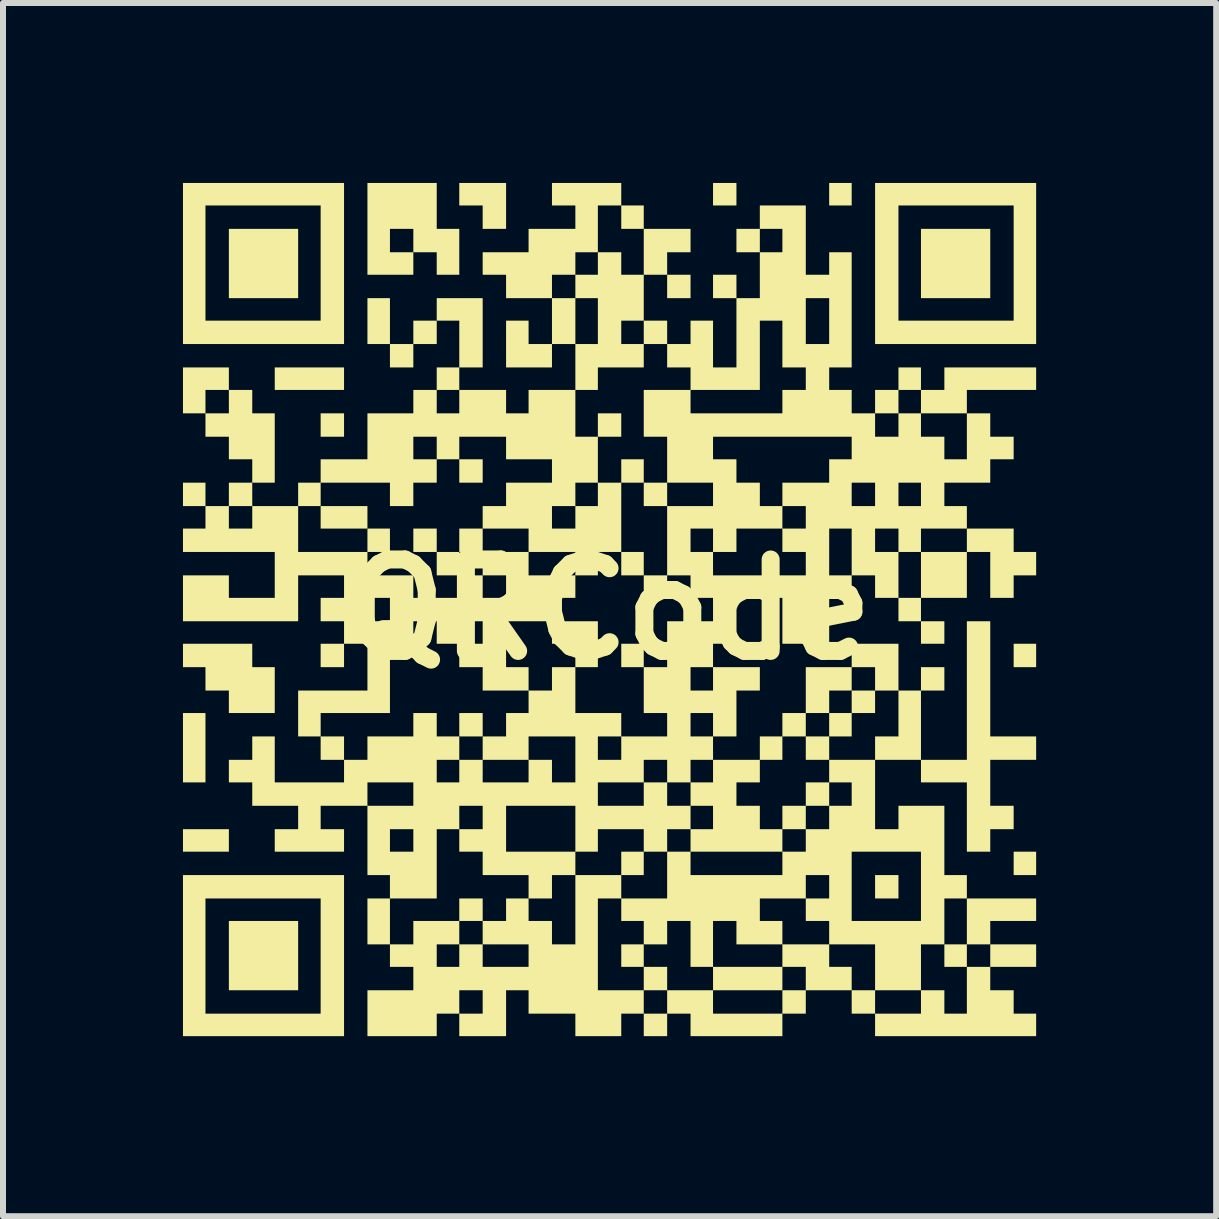
<source format=kicad_pcb>
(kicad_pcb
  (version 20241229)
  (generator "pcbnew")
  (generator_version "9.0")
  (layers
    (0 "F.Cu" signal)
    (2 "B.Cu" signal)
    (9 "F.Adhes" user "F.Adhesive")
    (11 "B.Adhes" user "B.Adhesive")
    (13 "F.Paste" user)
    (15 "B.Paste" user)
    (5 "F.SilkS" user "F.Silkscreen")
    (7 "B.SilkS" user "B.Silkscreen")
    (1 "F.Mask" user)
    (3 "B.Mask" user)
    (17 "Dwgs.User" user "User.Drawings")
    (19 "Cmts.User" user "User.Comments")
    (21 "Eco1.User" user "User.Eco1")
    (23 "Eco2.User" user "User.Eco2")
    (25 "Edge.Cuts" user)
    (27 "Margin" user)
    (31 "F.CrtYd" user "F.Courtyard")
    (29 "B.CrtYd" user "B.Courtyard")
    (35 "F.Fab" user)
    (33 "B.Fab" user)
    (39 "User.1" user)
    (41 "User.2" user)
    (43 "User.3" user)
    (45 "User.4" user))
  (footprint "QRCode"
    (layer "F.Cu")
    (at 7.111 7.111)
    (property "Reference" "QRCode" (at 0 0 0) (layer "F.SilkS") (effects (font (size 1.524 1.524) (thickness 0.3))))
    (attr board_only exclude_from_pos_files exclude_from_bom)
    (fp_poly (pts (xy -6.736 -1.725) (xy -7.111 -1.725) (xy -7.111 -2.115) (xy -6.736 -2.115)) (stroke (width 0) (type solid)) (fill yes) (layer "F.SilkS"))
    (fp_poly (pts (xy -6.736 2.881) (xy -7.111 2.881) (xy -7.111 1.725) (xy -6.736 1.725)) (stroke (width 0) (type solid)) (fill yes) (layer "F.SilkS"))
    (fp_poly (pts (xy -6.346 4.036) (xy -7.111 4.036) (xy -7.111 3.661) (xy -6.346 3.661)) (stroke (width 0) (type solid)) (fill yes) (layer "F.SilkS"))
    (fp_poly (pts (xy -5.191 -5.191) (xy -6.346 -5.191) (xy -6.346 -6.346) (xy -5.191 -6.346)) (stroke (width 0) (type solid)) (fill yes) (layer "F.SilkS"))
    (fp_poly (pts (xy -5.191 6.346) (xy -6.346 6.346) (xy -6.346 5.191) (xy -5.191 5.191)) (stroke (width 0) (type solid)) (fill yes) (layer "F.SilkS"))
    (fp_poly (pts (xy -4.426 -3.661) (xy -5.581 -3.661) (xy -5.581 -4.036) (xy -4.426 -4.036)) (stroke (width 0) (type solid)) (fill yes) (layer "F.SilkS"))
    (fp_poly (pts (xy -4.426 -2.881) (xy -4.816 -2.881) (xy -4.816 -3.271) (xy -4.426 -3.271)) (stroke (width 0) (type solid)) (fill yes) (layer "F.SilkS"))
    (fp_poly (pts (xy -4.426 0.96) (xy -4.816 0.96) (xy -4.816 0.57) (xy -4.426 0.57)) (stroke (width 0) (type solid)) (fill yes) (layer "F.SilkS"))
    (fp_poly (pts (xy -4.036 -1.35) (xy -4.816 -1.35) (xy -4.816 -1.725) (xy -4.036 -1.725)) (stroke (width 0) (type solid)) (fill yes) (layer "F.SilkS"))
    (fp_poly (pts (xy -3.661 -4.426) (xy -4.036 -4.426) (xy -4.036 -5.191) (xy -3.661 -5.191)) (stroke (width 0) (type solid)) (fill yes) (layer "F.SilkS"))
    (fp_poly (pts (xy -3.661 -0.96) (xy -4.036 -0.96) (xy -4.036 -1.35) (xy -3.661 -1.35)) (stroke (width 0) (type solid)) (fill yes) (layer "F.SilkS"))
    (fp_poly (pts (xy -3.271 -4.036) (xy -3.661 -4.036) (xy -3.661 -4.426) (xy -3.271 -4.426)) (stroke (width 0) (type solid)) (fill yes) (layer "F.SilkS"))
    (fp_poly (pts (xy -2.881 -4.426) (xy -3.271 -4.426) (xy -3.271 -4.816) (xy -2.881 -4.816)) (stroke (width 0) (type solid)) (fill yes) (layer "F.SilkS"))
    (fp_poly (pts (xy -2.881 -0.96) (xy -3.271 -0.96) (xy -3.271 -1.35) (xy -2.881 -1.35)) (stroke (width 0) (type solid)) (fill yes) (layer "F.SilkS"))
    (fp_poly (pts (xy -2.505 -0.57) (xy -2.881 -0.57) (xy -2.881 -0.96) (xy -2.505 -0.96)) (stroke (width 0) (type solid)) (fill yes) (layer "F.SilkS"))
    (fp_poly (pts (xy -2.115 -2.115) (xy -2.505 -2.115) (xy -2.505 -2.505) (xy -2.115 -2.505)) (stroke (width 0) (type solid)) (fill yes) (layer "F.SilkS"))
    (fp_poly (pts (xy -2.115 -0.96) (xy -2.505 -0.96) (xy -2.505 -1.35) (xy -2.115 -1.35)) (stroke (width 0) (type solid)) (fill yes) (layer "F.SilkS"))
    (fp_poly (pts (xy -2.115 2.115) (xy -2.505 2.115) (xy -2.505 1.725) (xy -2.115 1.725)) (stroke (width 0) (type solid)) (fill yes) (layer "F.SilkS"))
    (fp_poly (pts (xy -2.115 5.191) (xy -2.505 5.191) (xy -2.505 4.816) (xy -2.115 4.816)) (stroke (width 0) (type solid)) (fill yes) (layer "F.SilkS"))
    (fp_poly (pts (xy 0.195 -2.881) (xy -0.195 -2.881) (xy -0.195 -3.271) (xy 0.195 -3.271)) (stroke (width 0) (type solid)) (fill yes) (layer "F.SilkS"))
    (fp_poly (pts (xy 0.57 -2.115) (xy 0.195 -2.115) (xy 0.195 -2.505) (xy 0.57 -2.505)) (stroke (width 0) (type solid)) (fill yes) (layer "F.SilkS"))
    (fp_poly (pts (xy 0.57 -0.57) (xy 0.195 -0.57) (xy 0.195 -0.96) (xy 0.57 -0.96)) (stroke (width 0) (type solid)) (fill yes) (layer "F.SilkS"))
    (fp_poly (pts (xy 0.57 0.96) (xy 0.195 0.96) (xy 0.195 0.57) (xy 0.57 0.57)) (stroke (width 0) (type solid)) (fill yes) (layer "F.SilkS"))
    (fp_poly (pts (xy 0.57 4.426) (xy 0.195 4.426) (xy 0.195 4.036) (xy 0.57 4.036)) (stroke (width 0) (type solid)) (fill yes) (layer "F.SilkS"))
    (fp_poly (pts (xy 0.57 5.956) (xy 0.195 5.956) (xy 0.195 5.581) (xy 0.57 5.581)) (stroke (width 0) (type solid)) (fill yes) (layer "F.SilkS"))
    (fp_poly (pts (xy 0.96 -1.725) (xy 0.57 -1.725) (xy 0.57 -2.115) (xy 0.96 -2.115)) (stroke (width 0) (type solid)) (fill yes) (layer "F.SilkS"))
    (fp_poly (pts (xy 0.96 -0.195) (xy 0.57 -0.195) (xy 0.57 -0.57) (xy 0.96 -0.57)) (stroke (width 0) (type solid)) (fill yes) (layer "F.SilkS"))
    (fp_poly (pts (xy 0.96 6.346) (xy 0.57 6.346) (xy 0.57 5.956) (xy 0.96 5.956)) (stroke (width 0) (type solid)) (fill yes) (layer "F.SilkS"))
    (fp_poly (pts (xy 1.35 -5.191) (xy 0.96 -5.191) (xy 0.96 -5.581) (xy 1.35 -5.581)) (stroke (width 0) (type solid)) (fill yes) (layer "F.SilkS"))
    (fp_poly (pts (xy 2.115 -6.736) (xy 1.725 -6.736) (xy 1.725 -7.111) (xy 2.115 -7.111)) (stroke (width 0) (type solid)) (fill yes) (layer "F.SilkS"))
    (fp_poly (pts (xy 2.115 -5.191) (xy 1.725 -5.191) (xy 1.725 -5.581) (xy 2.115 -5.581)) (stroke (width 0) (type solid)) (fill yes) (layer "F.SilkS"))
    (fp_poly (pts (xy 2.881 6.346) (xy 1.725 6.346) (xy 1.725 5.956) (xy 2.881 5.956)) (stroke (width 0) (type solid)) (fill yes) (layer "F.SilkS"))
    (fp_poly (pts (xy 3.271 3.661) (xy 2.881 3.661) (xy 2.881 3.271) (xy 3.271 3.271)) (stroke (width 0) (type solid)) (fill yes) (layer "F.SilkS"))
    (fp_poly (pts (xy 3.661 2.505) (xy 3.271 2.505) (xy 3.271 2.115) (xy 3.661 2.115)) (stroke (width 0) (type solid)) (fill yes) (layer "F.SilkS"))
    (fp_poly (pts (xy 3.661 3.271) (xy 3.271 3.271) (xy 3.271 2.881) (xy 3.661 2.881)) (stroke (width 0) (type solid)) (fill yes) (layer "F.SilkS"))
    (fp_poly (pts (xy 4.036 -6.736) (xy 3.661 -6.736) (xy 3.661 -7.111) (xy 4.036 -7.111)) (stroke (width 0) (type solid)) (fill yes) (layer "F.SilkS"))
    (fp_poly (pts (xy 4.036 2.115) (xy 3.661 2.115) (xy 3.661 1.725) (xy 4.036 1.725)) (stroke (width 0) (type solid)) (fill yes) (layer "F.SilkS"))
    (fp_poly (pts (xy 4.426 1.725) (xy 4.036 1.725) (xy 4.036 1.35) (xy 4.426 1.35)) (stroke (width 0) (type solid)) (fill yes) (layer "F.SilkS"))
    (fp_poly (pts (xy 4.816 4.816) (xy 4.426 4.816) (xy 4.426 4.426) (xy 4.816 4.426)) (stroke (width 0) (type solid)) (fill yes) (layer "F.SilkS"))
    (fp_poly (pts (xy 5.191 0.195) (xy 4.816 0.195) (xy 4.816 -0.195) (xy 5.191 -0.195)) (stroke (width 0) (type solid)) (fill yes) (layer "F.SilkS"))
    (fp_poly (pts (xy 5.581 0.57) (xy 5.191 0.57) (xy 5.191 0.195) (xy 5.581 0.195)) (stroke (width 0) (type solid)) (fill yes) (layer "F.SilkS"))
    (fp_poly (pts (xy 5.581 1.35) (xy 5.191 1.35) (xy 5.191 0.96) (xy 5.581 0.96)) (stroke (width 0) (type solid)) (fill yes) (layer "F.SilkS"))
    (fp_poly (pts (xy 5.956 -0.195) (xy 5.191 -0.195) (xy 5.191 -0.96) (xy 5.956 -0.96)) (stroke (width 0) (type solid)) (fill yes) (layer "F.SilkS"))
    (fp_poly (pts (xy 5.956 5.956) (xy 5.581 5.956) (xy 5.581 5.581) (xy 5.956 5.581)) (stroke (width 0) (type solid)) (fill yes) (layer "F.SilkS"))
    (fp_poly (pts (xy 6.346 -5.191) (xy 5.191 -5.191) (xy 5.191 -6.346) (xy 6.346 -6.346)) (stroke (width 0) (type solid)) (fill yes) (layer "F.SilkS"))
    (fp_poly (pts (xy 7.111 0.96) (xy 6.736 0.96) (xy 6.736 0.57) (xy 7.111 0.57)) (stroke (width 0) (type solid)) (fill yes) (layer "F.SilkS"))
    (fp_poly (pts (xy 7.111 4.426) (xy 6.736 4.426) (xy 6.736 4.036) (xy 7.111 4.036)) (stroke (width 0) (type solid)) (fill yes) (layer "F.SilkS"))
    (fp_poly (pts (xy 7.111 5.956) (xy 6.346 5.956) (xy 6.346 5.581) (xy 7.111 5.581)) (stroke (width 0) (type solid)) (fill yes) (layer "F.SilkS"))
    (fp_poly (pts (xy -2.881 -5.191) (xy -2.115 -5.191) (xy -2.115 -4.036) (xy -2.505 -4.036) (xy -2.505 -4.816) (xy -2.881 -4.816)) (stroke (width 0) (type solid)) (fill yes) (layer "F.SilkS"))
    (fp_poly (pts (xy -1.725 -6.346) (xy -2.115 -6.346) (xy -2.115 -6.736) (xy -2.505 -6.736) (xy -2.505 -7.111) (xy -1.725 -7.111)) (stroke (width 0) (type solid)) (fill yes) (layer "F.SilkS"))
    (fp_poly (pts (xy -1.35 -4.426) (xy -0.96 -4.426) (xy -0.96 -4.036) (xy -1.725 -4.036) (xy -1.725 -4.816) (xy -1.35 -4.816)) (stroke (width 0) (type solid)) (fill yes) (layer "F.SilkS"))
    (fp_poly (pts (xy -0.195 0.96) (xy -0.57 0.96) (xy -0.57 0.57) (xy -0.96 0.57) (xy -0.96 0.195) (xy -0.195 0.195)) (stroke (width 0) (type solid)) (fill yes) (layer "F.SilkS"))
    (fp_poly (pts (xy 7.111 5.191) (xy 6.346 5.191) (xy 6.346 5.581) (xy 5.956 5.581) (xy 5.956 4.816) (xy 7.111 4.816)) (stroke (width 0) (type solid)) (fill yes) (layer "F.SilkS"))
    (fp_poly (pts (xy -5.956 0.96) (xy -5.581 0.96) (xy -5.581 1.725) (xy -6.346 1.725) (xy -6.346 1.35) (xy -6.736 1.35) (xy -6.736 0.96) (xy -7.111 0.96) (xy -7.111 0.57) (xy -5.956 0.57)) (stroke (width 0) (type solid)) (fill yes) (layer "F.SilkS"))
    (fp_poly (pts (xy 5.956 -1.35) (xy 6.736 -1.35) (xy 6.736 -0.96) (xy 7.111 -0.96) (xy 7.111 -0.57) (xy 6.736 -0.57) (xy 6.736 -0.195) (xy 6.346 -0.195) (xy 6.346 -0.96) (xy 5.956 -0.96)) (stroke (width 0) (type solid)) (fill yes) (layer "F.SilkS"))
    (fp_poly (pts (xy -4.426 -4.426) (xy -7.111 -4.426) (xy -7.111 -4.816) (xy -6.736 -4.816) (xy -4.816 -4.816) (xy -4.816 -6.736) (xy -6.736 -6.736) (xy -6.736 -4.816) (xy -7.111 -4.816) (xy -7.111 -7.111) (xy -4.426 -7.111)) (stroke (width 0) (type solid)) (fill yes) (layer "F.SilkS"))
    (fp_poly (pts (xy -4.426 7.111) (xy -7.111 7.111) (xy -7.111 6.736) (xy -6.736 6.736) (xy -4.816 6.736) (xy -4.816 4.816) (xy -6.736 4.816) (xy -6.736 6.736) (xy -7.111 6.736) (xy -7.111 4.426) (xy -4.426 4.426)) (stroke (width 0) (type solid)) (fill yes) (layer "F.SilkS"))
    (fp_poly (pts (xy 7.111 -4.426) (xy 4.426 -4.426) (xy 4.426 -4.816) (xy 4.816 -4.816) (xy 6.736 -4.816) (xy 6.736 -6.736) (xy 4.816 -6.736) (xy 4.816 -4.816) (xy 4.426 -4.816) (xy 4.426 -7.111) (xy 7.111 -7.111)) (stroke (width 0) (type solid)) (fill yes) (layer "F.SilkS"))
    (fp_poly (pts (xy 6.346 6.346) (xy 6.736 6.346) (xy 6.736 6.736) (xy 7.111 6.736) (xy 7.111 7.111) (xy 4.426 7.111) (xy 4.426 6.736) (xy 5.191 6.736) (xy 5.191 6.346) (xy 5.581 6.346) (xy 5.581 6.736) (xy 5.956 6.736) (xy 5.956 5.956) (xy 6.346 5.956)) (stroke (width 0) (type solid)) (fill yes) (layer "F.SilkS"))
    (fp_poly (pts (xy 6.346 2.115) (xy 7.111 2.115) (xy 7.111 2.505) (xy 6.346 2.505) (xy 6.346 3.271) (xy 6.736 3.271) (xy 6.736 3.661) (xy 6.346 3.661) (xy 6.346 4.036) (xy 5.956 4.036) (xy 5.956 2.881) (xy 5.191 2.881) (xy 5.191 2.505) (xy 5.956 2.505) (xy 5.956 0.195) (xy 6.346 0.195)) (stroke (width 0) (type solid)) (fill yes) (layer "F.SilkS"))
    (fp_poly (pts (xy -2.881 -6.346) (xy -2.505 -6.346) (xy -2.505 -5.581) (xy -2.881 -5.581) (xy -2.881 -5.956) (xy -3.271 -5.956) (xy -3.271 -5.581) (xy -4.036 -5.581) (xy -4.036 -5.956) (xy -3.661 -5.956) (xy -3.271 -5.956) (xy -3.271 -6.346) (xy -3.661 -6.346) (xy -3.661 -5.956) (xy -4.036 -5.956) (xy -4.036 -7.111) (xy -2.881 -7.111)) (stroke (width 0) (type solid)) (fill yes) (layer "F.SilkS"))
    (fp_poly (pts (xy -5.956 -3.661) (xy -5.956 -3.271) (xy -5.581 -3.271) (xy -5.581 -2.115) (xy -5.956 -2.115) (xy -5.956 -2.505) (xy -6.346 -2.505) (xy -6.346 -2.881) (xy -6.736 -2.881) (xy -6.736 -3.271) (xy -6.346 -3.271) (xy -6.346 -3.661) (xy -6.736 -3.661) (xy -6.736 -3.271) (xy -7.111 -3.271) (xy -7.111 -4.036) (xy -6.346 -4.036) (xy -6.346 -3.661)) (stroke (width 0) (type solid)) (fill yes) (layer "F.SilkS"))
    (fp_poly (pts (xy 0.96 -4.816) (xy 0.96 -4.426) (xy 1.35 -4.426) (xy 1.35 -4.816) (xy 1.725 -4.816) (xy 1.725 -4.036) (xy 2.115 -4.036) (xy 2.115 -5.191) (xy 2.505 -5.191) (xy 2.505 -5.956) (xy 2.881 -5.956) (xy 2.881 -6.346) (xy 2.505 -6.346) (xy 2.505 -5.956) (xy 2.115 -5.956) (xy 2.115 -6.346) (xy 2.505 -6.346) (xy 2.505 -6.736) (xy 3.271 -6.736) (xy 3.271 -5.581) (xy 3.661 -5.581) (xy 3.661 -5.956) (xy 4.036 -5.956) (xy 4.036 -4.036) (xy 3.661 -4.036) (xy 3.661 -3.661) (xy 4.036 -3.661) (xy 4.036 -3.271) (xy 4.426 -3.271) (xy 4.426 -3.661) (xy 4.816 -3.661) (xy 4.816 -4.036) (xy 5.191 -4.036) (xy 5.191 -3.661) (xy 5.581 -3.661) (xy 5.581 -4.036) (xy 7.111 -4.036) (xy 7.111 -3.661) (xy 5.956 -3.661) (xy 5.956 -3.271) (xy 6.346 -3.271) (xy 6.346 -2.881) (xy 6.736 -2.881) (xy 6.736 -2.505) (xy 6.346 -2.505) (xy 6.346 -2.115) (xy 5.581 -2.115) (xy 5.581 -1.725) (xy 5.956 -1.725) (xy 5.956 -1.35) (xy 5.191 -1.35) (xy 5.191 -0.96) (xy 4.816 -0.96) (xy 4.816 -0.195) (xy 4.426 -0.195) (xy 4.426 -0.57) (xy 4.036 -0.57) (xy 4.036 -0.195) (xy 3.661 -0.195) (xy 3.661 0.57) (xy 2.881 0.57) (xy 2.881 -0.195) (xy 2.115 -0.195) (xy 2.115 0.57) (xy 1.725 0.57) (xy 1.725 0.96) (xy 2.505 0.96) (xy 2.505 1.35) (xy 2.115 1.35) (xy 2.115 2.115) (xy 1.725 2.115) (xy 1.725 2.505) (xy 2.505 2.505) (xy 2.505 2.115) (xy 2.881 2.115) (xy 2.881 1.725) (xy 3.271 1.725) (xy 3.271 0.96) (xy 4.036 0.96) (xy 4.036 0.57) (xy 4.816 0.57) (xy 4.816 1.35) (xy 5.191 1.35) (xy 5.191 2.505) (xy 4.426 2.505) (xy 4.426 3.661) (xy 4.816 3.661) (xy 4.816 3.271) (xy 5.581 3.271) (xy 5.581 4.426) (xy 5.956 4.426) (xy 5.956 4.816) (xy 5.581 4.816) (xy 5.581 5.581) (xy 5.191 5.581) (xy 5.191 6.346) (xy 4.426 6.346) (xy 4.426 6.736) (xy 4.036 6.736) (xy 4.036 6.346) (xy 3.271 6.346) (xy 3.271 6.736) (xy 2.881 6.736) (xy 2.881 7.111) (xy 1.35 7.111) (xy 1.35 6.736) (xy 0.96 6.736) (xy 0.96 7.111) (xy 0.57 7.111) (xy 0.57 6.736) (xy 0.195 6.736) (xy 0.195 7.111) (xy -0.57 7.111) (xy -0.57 6.736) (xy -1.35 6.736) (xy -1.35 6.346) (xy -0.195 6.346) (xy 0.57 6.346) (xy 0.57 6.736) (xy 0.96 6.736) (xy 0.96 6.346) (xy 1.725 6.346) (xy 1.725 6.736) (xy 2.881 6.736) (xy 2.881 6.346) (xy 3.271 6.346) (xy 3.271 5.956) (xy 3.661 5.956) (xy 4.036 5.956) (xy 4.036 6.346) (xy 4.426 6.346) (xy 4.426 5.581) (xy 3.661 5.581) (xy 3.661 5.956) (xy 3.271 5.956) (xy 2.881 5.956) (xy 2.881 5.581) (xy 2.115 5.581) (xy 2.115 5.191) (xy 2.505 5.191) (xy 2.881 5.191) (xy 2.881 5.581) (xy 3.661 5.581) (xy 3.661 5.191) (xy 4.036 5.191) (xy 5.191 5.191) (xy 5.191 4.036) (xy 4.036 4.036) (xy 4.036 5.191) (xy 3.661 5.191) (xy 3.271 5.191) (xy 3.271 4.816) (xy 3.661 4.816) (xy 3.661 4.426) (xy 3.271 4.426) (xy 3.271 4.816) (xy 2.505 4.816) (xy 2.505 5.191) (xy 2.115 5.191) (xy 1.725 5.191) (xy 1.725 5.956) (xy 1.35 5.956) (xy 1.35 5.191) (xy 0.96 5.191) (xy 0.96 5.581) (xy 0.57 5.581) (xy 0.57 5.191) (xy 0.195 5.191) (xy 0.195 4.816) (xy -0.195 4.816) (xy -0.195 6.346) (xy -1.35 6.346) (xy -1.725 6.346) (xy -1.725 7.111) (xy -2.505 7.111) (xy -2.505 6.736) (xy -2.115 6.736) (xy -2.115 6.346) (xy -2.505 6.346) (xy -2.505 6.736) (xy -2.881 6.736) (xy -2.881 7.111) (xy -4.036 7.111) (xy -4.036 6.346) (xy -3.271 6.346) (xy -3.271 5.956) (xy -2.881 5.956) (xy -2.505 5.956) (xy -2.115 5.956) (xy -1.35 5.956) (xy -1.35 5.581) (xy -2.115 5.581) (xy -2.115 5.956) (xy -2.505 5.956) (xy -2.505 5.581) (xy -2.881 5.581) (xy -2.881 5.956) (xy -3.271 5.956) (xy -3.661 5.956) (xy -3.661 5.581) (xy -3.271 5.581) (xy -3.271 5.191) (xy -2.505 5.191) (xy -2.505 5.581) (xy -2.115 5.581) (xy -2.115 5.191) (xy -1.725 5.191) (xy -1.35 5.191) (xy -0.96 5.191) (xy -0.96 5.581) (xy -0.57 5.581) (xy -0.57 4.426) (xy 0.195 4.426) (xy 0.195 4.816) (xy 0.96 4.816) (xy 0.96 4.426) (xy 1.35 4.426) (xy 2.881 4.426) (xy 2.881 4.036) (xy 1.35 4.036) (xy 1.35 4.426) (xy 0.96 4.426) (xy 0.96 4.036) (xy 1.35 4.036) (xy 1.35 3.661) (xy 1.725 3.661) (xy 1.725 3.271) (xy 2.115 3.271) (xy 2.505 3.271) (xy 2.505 3.661) (xy 2.881 3.661) (xy 2.881 4.036) (xy 3.271 4.036) (xy 3.271 3.661) (xy 3.661 3.661) (xy 3.661 3.271) (xy 4.036 3.271) (xy 4.036 2.881) (xy 3.661 2.881) (xy 3.661 2.505) (xy 4.426 2.505) (xy 4.426 2.115) (xy 4.816 2.115) (xy 4.816 1.35) (xy 4.426 1.35) (xy 4.426 0.96) (xy 4.036 0.96) (xy 4.036 1.35) (xy 3.661 1.35) (xy 3.661 1.725) (xy 3.271 1.725) (xy 3.271 2.115) (xy 2.881 2.115) (xy 2.881 2.505) (xy 2.505 2.505) (xy 2.505 2.881) (xy 2.115 2.881) (xy 2.115 3.271) (xy 1.725 3.271) (xy 1.35 3.271) (xy 1.35 3.661) (xy 0.96 3.661) (xy 0.96 4.036) (xy 0.57 4.036) (xy 0.57 3.661) (xy -0.195 3.661) (xy -0.195 4.036) (xy -0.57 4.036) (xy -0.57 4.426) (xy -0.96 4.426) (xy -0.96 4.816) (xy -1.35 4.816) (xy -1.35 5.191) (xy -1.725 5.191) (xy -1.725 4.816) (xy -1.35 4.816) (xy -1.35 4.426) (xy -2.115 4.426) (xy -2.115 4.036) (xy -1.725 4.036) (xy -0.57 4.036) (xy -0.57 3.271) (xy -0.195 3.271) (xy 0.57 3.271) (xy 0.96 3.271) (xy 1.35 3.271) (xy 1.35 2.881) (xy 1.725 2.881) (xy 1.725 2.505) (xy 1.35 2.505) (xy 1.35 2.881) (xy 0.96 2.881) (xy 0.96 3.271) (xy 0.57 3.271) (xy 0.57 2.881) (xy 0.96 2.881) (xy 0.96 2.505) (xy 0.57 2.505) (xy 0.57 2.881) (xy -0.195 2.881) (xy -0.195 3.271) (xy -0.57 3.271) (xy -1.725 3.271) (xy -1.725 4.036) (xy -2.115 4.036) (xy -2.505 4.036) (xy -2.505 3.661) (xy -2.115 3.661) (xy -2.115 3.271) (xy -2.505 3.271) (xy -2.505 3.661) (xy -2.881 3.661) (xy -2.881 4.816) (xy -3.661 4.816) (xy -3.661 5.581) (xy -4.036 5.581) (xy -4.036 4.816) (xy -3.661 4.816) (xy -3.661 4.426) (xy -4.036 4.426) (xy -4.036 4.036) (xy -3.661 4.036) (xy -3.271 4.036) (xy -3.271 3.661) (xy -3.661 3.661) (xy -3.661 4.036) (xy -4.036 4.036) (xy -4.036 3.271) (xy -3.271 3.271) (xy -3.271 2.881) (xy -2.881 2.881) (xy -2.505 2.881) (xy -2.115 2.881) (xy -1.35 2.881) (xy -1.35 2.505) (xy -0.96 2.505) (xy -0.96 2.881) (xy -0.57 2.881) (xy -0.57 2.505) (xy -0.195 2.505) (xy 0.195 2.505) (xy 0.195 2.115) (xy -0.195 2.115) (xy -0.195 2.505) (xy -0.57 2.505) (xy -0.57 2.115) (xy -1.35 2.115) (xy -1.35 2.505) (xy -2.115 2.505) (xy -2.115 2.881) (xy -2.505 2.881) (xy -2.505 2.505) (xy -2.881 2.505) (xy -2.881 2.881) (xy -3.271 2.881) (xy -4.036 2.881) (xy -4.036 3.271) (xy -4.816 3.271) (xy -4.816 3.661) (xy -4.426 3.661) (xy -4.426 4.036) (xy -5.581 4.036) (xy -5.581 3.661) (xy -5.191 3.661) (xy -5.191 3.271) (xy -5.956 3.271) (xy -5.956 2.881) (xy -6.346 2.881) (xy -6.346 2.505) (xy -5.956 2.505) (xy -5.956 2.115) (xy -5.581 2.115) (xy -5.581 2.881) (xy -4.426 2.881) (xy -4.426 2.505) (xy -4.816 2.505) (xy -4.816 2.115) (xy -4.426 2.115) (xy -4.426 2.505) (xy -4.036 2.505) (xy -4.036 2.115) (xy -3.271 2.115) (xy -3.271 1.725) (xy -2.881 1.725) (xy -2.881 2.115) (xy -2.505 2.115) (xy -2.505 2.505) (xy -2.115 2.505) (xy -2.115 2.115) (xy -1.725 2.115) (xy -1.725 1.725) (xy -1.35 1.725) (xy -1.35 1.35) (xy -2.115 1.35) (xy -2.115 0.96) (xy -1.725 0.96) (xy -1.35 0.96) (xy -1.35 1.35) (xy -0.96 1.35) (xy -0.96 0.96) (xy -0.57 0.96) (xy -0.57 1.725) (xy 0.195 1.725) (xy 0.195 2.115) (xy 0.96 2.115) (xy 1.35 2.115) (xy 1.725 2.115) (xy 1.725 1.725) (xy 1.35 1.725) (xy 1.35 2.115) (xy 0.96 2.115) (xy 0.96 1.725) (xy 0.57 1.725) (xy 0.57 1.35) (xy 1.35 1.35) (xy 1.725 1.35) (xy 1.725 0.96) (xy 1.35 0.96) (xy 1.35 1.35) (xy 0.57 1.35) (xy 0.57 0.96) (xy 0.96 0.96) (xy 0.96 0.195) (xy 1.725 0.195) (xy 1.725 -0.195) (xy 1.35 -0.195) (xy 1.35 -0.57) (xy 1.725 -0.57) (xy 3.271 -0.57) (xy 3.661 -0.57) (xy 4.036 -0.57) (xy 4.036 -0.96) (xy 4.426 -0.96) (xy 4.816 -0.96) (xy 4.816 -1.35) (xy 4.426 -1.35) (xy 4.426 -0.96) (xy 4.036 -0.96) (xy 4.036 -1.35) (xy 3.661 -1.35) (xy 3.661 -0.57) (xy 3.271 -0.57) (xy 3.271 -0.96) (xy 2.881 -0.96) (xy 2.881 -1.35) (xy 3.271 -1.35) (xy 3.271 -1.725) (xy 4.036 -1.725) (xy 4.426 -1.725) (xy 4.816 -1.725) (xy 5.191 -1.725) (xy 5.191 -2.115) (xy 4.816 -2.115) (xy 4.816 -1.725) (xy 4.426 -1.725) (xy 4.426 -2.115) (xy 4.036 -2.115) (xy 4.036 -1.725) (xy 3.271 -1.725) (xy 2.881 -1.725) (xy 2.881 -1.35) (xy 2.115 -1.35) (xy 2.115 -0.96) (xy 1.725 -0.96) (xy 1.725 -0.57) (xy 1.35 -0.57) (xy 0.96 -0.57) (xy 0.96 -0.96) (xy 1.35 -0.96) (xy 1.725 -0.96) (xy 1.725 -1.35) (xy 1.35 -1.35) (xy 1.35 -0.96) (xy 0.96 -0.96) (xy 0.96 -1.725) (xy 1.725 -1.725) (xy 1.725 -2.115) (xy 0.96 -2.115) (xy 0.96 -2.505) (xy 1.725 -2.505) (xy 2.115 -2.505) (xy 2.115 -2.115) (xy 2.505 -2.115) (xy 2.505 -1.725) (xy 2.881 -1.725) (xy 2.881 -2.115) (xy 3.661 -2.115) (xy 3.661 -2.505) (xy 4.036 -2.505) (xy 4.036 -2.881) (xy 4.426 -2.881) (xy 4.816 -2.881) (xy 5.191 -2.881) (xy 5.581 -2.881) (xy 5.581 -2.505) (xy 5.956 -2.505) (xy 5.956 -3.271) (xy 5.191 -3.271) (xy 5.191 -2.881) (xy 4.816 -2.881) (xy 4.816 -3.271) (xy 5.191 -3.271) (xy 5.191 -3.661) (xy 4.816 -3.661) (xy 4.816 -3.271) (xy 4.426 -3.271) (xy 4.426 -2.881) (xy 4.036 -2.881) (xy 1.725 -2.881) (xy 1.725 -2.505) (xy 0.96 -2.505) (xy 0.96 -2.881) (xy 0.57 -2.881) (xy 0.57 -3.271) (xy 1.35 -3.271) (xy 2.881 -3.271) (xy 2.881 -3.661) (xy 3.271 -3.661) (xy 3.271 -4.036) (xy 2.881 -4.036) (xy 2.881 -4.426) (xy 3.271 -4.426) (xy 3.661 -4.426) (xy 3.661 -5.191) (xy 3.271 -5.191) (xy 3.271 -4.426) (xy 2.881 -4.426) (xy 2.881 -4.816) (xy 2.505 -4.816) (xy 2.505 -3.661) (xy 1.35 -3.661) (xy 1.35 -3.271) (xy 0.57 -3.271) (xy 0.57 -3.661) (xy 1.35 -3.661) (xy 1.35 -4.036) (xy 0.96 -4.036) (xy 0.96 -4.426) (xy 0.57 -4.426) (xy 0.57 -4.036) (xy -0.195 -4.036) (xy -0.195 -3.661) (xy -0.57 -3.661) (xy -0.57 -2.881) (xy -0.195 -2.881) (xy -0.195 -2.115) (xy 0.195 -2.115) (xy 0.195 -0.96) (xy -0.195 -0.96) (xy -0.195 -0.57) (xy -0.57 -0.57) (xy -0.57 -0.195) (xy -0.96 -0.195) (xy -0.96 0.195) (xy -1.725 0.195) (xy -1.725 0.96) (xy -2.115 0.96) (xy -2.505 0.96) (xy -2.505 0.57) (xy -2.115 0.57) (xy -2.115 0.195) (xy -2.505 0.195) (xy -2.505 0.57) (xy -2.881 0.57) (xy -2.881 0.195) (xy -3.271 0.195) (xy -3.271 0.57) (xy -3.661 0.57) (xy -3.661 1.725) (xy -4.816 1.725) (xy -4.816 2.115) (xy -5.191 2.115) (xy -5.191 1.35) (xy -4.036 1.35) (xy -4.036 0.57) (xy -4.426 0.57) (xy -4.426 0.195) (xy -4.036 0.195) (xy -3.661 0.195) (xy -3.661 -0.195) (xy -4.036 -0.195) (xy -4.036 0.195) (xy -4.426 0.195) (xy -4.816 0.195) (xy -4.816 -0.195) (xy -4.426 -0.195) (xy -4.426 -0.57) (xy -5.191 -0.57) (xy -5.191 0.195) (xy -7.111 0.195) (xy -7.111 -0.57) (xy -6.346 -0.57) (xy -6.346 -0.195) (xy -5.581 -0.195) (xy -5.581 -0.96) (xy -5.191 -0.96) (xy -4.036 -0.96) (xy -4.036 -0.57) (xy -3.271 -0.57) (xy -3.271 -0.195) (xy -2.505 -0.195) (xy -2.115 -0.195) (xy -1.725 -0.195) (xy -1.725 -0.57) (xy -1.35 -0.57) (xy -0.57 -0.57) (xy -0.57 -0.96) (xy -1.35 -0.96) (xy -1.35 -0.57) (xy -1.725 -0.57) (xy -2.115 -0.57) (xy -2.115 -0.195) (xy -2.505 -0.195) (xy -2.505 -0.57) (xy -2.115 -0.57) (xy -2.115 -0.96) (xy -1.35 -0.96) (xy -1.35 -1.35) (xy -0.96 -1.35) (xy -0.57 -1.35) (xy -0.57 -1.725) (xy -0.195 -1.725) (xy -0.195 -2.115) (xy -0.57 -2.115) (xy -0.57 -1.725) (xy -0.96 -1.725) (xy -0.96 -1.35) (xy -1.35 -1.35) (xy -2.115 -1.35) (xy -2.115 -1.725) (xy -1.725 -1.725) (xy -1.725 -2.115) (xy -0.96 -2.115) (xy -0.96 -2.505) (xy -1.725 -2.505) (xy -1.725 -2.881) (xy -2.505 -2.881) (xy -2.505 -2.505) (xy -2.881 -2.505) (xy -2.881 -2.115) (xy -3.271 -2.115) (xy -3.271 -1.725) (xy -3.661 -1.725) (xy -3.661 -2.115) (xy -4.816 -2.115) (xy -4.816 -1.725) (xy -5.191 -1.725) (xy -5.191 -0.96) (xy -5.581 -0.96) (xy -7.111 -0.96) (xy -7.111 -1.35) (xy -6.736 -1.35) (xy -6.346 -1.35) (xy -5.956 -1.35) (xy -5.956 -1.725) (xy -6.346 -1.725) (xy -6.346 -1.35) (xy -6.736 -1.35) (xy -6.736 -1.725) (xy -6.346 -1.725) (xy -6.346 -2.115) (xy -5.956 -2.115) (xy -5.956 -1.725) (xy -5.191 -1.725) (xy -5.191 -2.115) (xy -4.816 -2.115) (xy -4.816 -2.505) (xy -4.036 -2.505) (xy -3.271 -2.505) (xy -2.881 -2.505) (xy -2.881 -2.881) (xy -3.271 -2.881) (xy -3.271 -2.505) (xy -4.036 -2.505) (xy -4.036 -3.271) (xy -3.271 -3.271) (xy -2.881 -3.271) (xy -2.505 -3.271) (xy -2.505 -3.661) (xy -2.881 -3.661) (xy -2.881 -3.271) (xy -3.271 -3.271) (xy -3.271 -3.661) (xy -2.881 -3.661) (xy -2.881 -4.036) (xy -2.505 -4.036) (xy -2.505 -3.661) (xy -1.725 -3.661) (xy -1.725 -3.271) (xy -1.35 -3.271) (xy -1.35 -3.661) (xy -0.57 -3.661) (xy -0.57 -4.426) (xy -0.195 -4.426) (xy 0.195 -4.426) (xy 0.57 -4.426) (xy 0.57 -4.816) (xy 0.195 -4.816) (xy 0.195 -4.426) (xy -0.195 -4.426) (xy -0.195 -5.191) (xy -0.57 -5.191) (xy -0.57 -4.426) (xy -0.96 -4.426) (xy -0.96 -5.191) (xy -0.57 -5.191) (xy -0.57 -5.581) (xy -0.195 -5.581) (xy -0.195 -5.956) (xy 0.195 -5.956) (xy 0.195 -5.581) (xy 0.57 -5.581) (xy 0.57 -6.346) (xy 0.195 -6.346) (xy 0.195 -6.736) (xy -0.195 -6.736) (xy -0.195 -5.956) (xy -0.57 -5.956) (xy -0.57 -5.581) (xy -0.96 -5.581) (xy -0.96 -5.191) (xy -1.725 -5.191) (xy -1.725 -5.581) (xy -2.115 -5.581) (xy -2.115 -5.956) (xy -1.35 -5.956) (xy -1.35 -6.346) (xy -0.57 -6.346) (xy -0.57 -6.736) (xy -0.96 -6.736) (xy -0.96 -7.111) (xy 0.195 -7.111) (xy 0.195 -6.736) (xy 0.57 -6.736) (xy 0.57 -6.346) (xy 1.35 -6.346) (xy 1.35 -5.956) (xy 0.96 -5.956) (xy 0.96 -5.581) (xy 0.57 -5.581) (xy 0.57 -4.816)) (stroke (width 0) (type solid)) (fill yes) (layer "F.SilkS")))
  (gr_rect
    (start -3 -3)
    (end 17.223 17.223)
    (stroke (width 0.1) (type default))
    (fill no)
    (layer "Edge.Cuts")))
</source>
